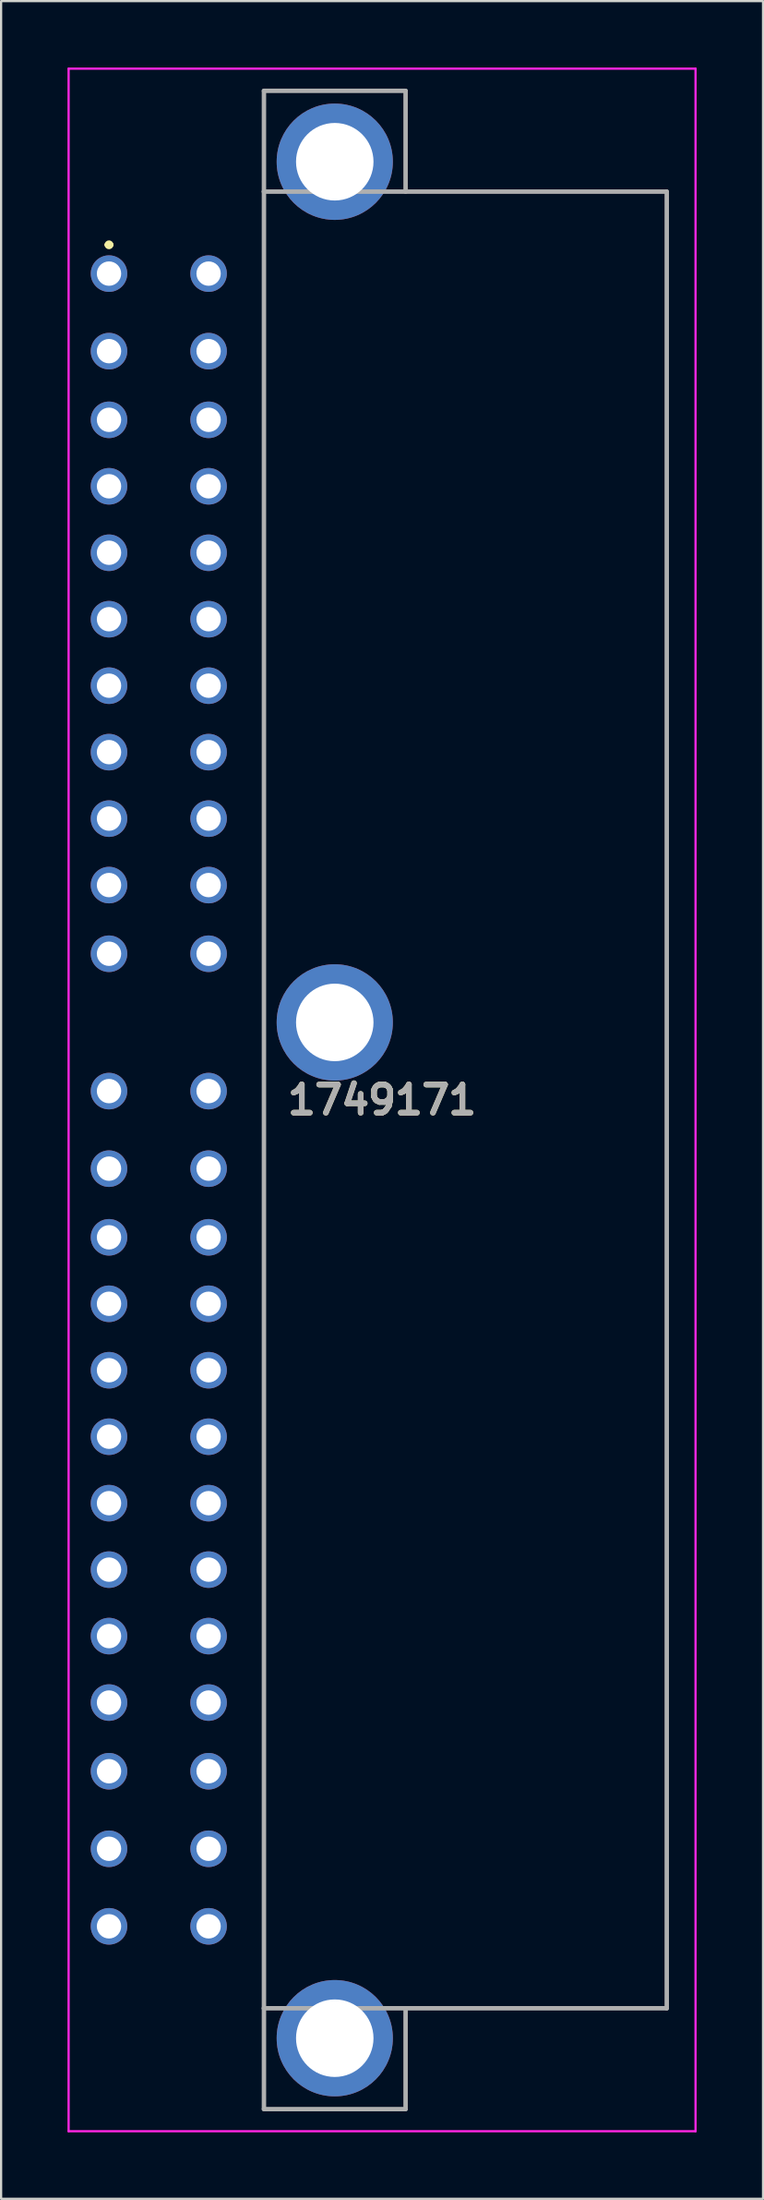
<source format=kicad_pcb>
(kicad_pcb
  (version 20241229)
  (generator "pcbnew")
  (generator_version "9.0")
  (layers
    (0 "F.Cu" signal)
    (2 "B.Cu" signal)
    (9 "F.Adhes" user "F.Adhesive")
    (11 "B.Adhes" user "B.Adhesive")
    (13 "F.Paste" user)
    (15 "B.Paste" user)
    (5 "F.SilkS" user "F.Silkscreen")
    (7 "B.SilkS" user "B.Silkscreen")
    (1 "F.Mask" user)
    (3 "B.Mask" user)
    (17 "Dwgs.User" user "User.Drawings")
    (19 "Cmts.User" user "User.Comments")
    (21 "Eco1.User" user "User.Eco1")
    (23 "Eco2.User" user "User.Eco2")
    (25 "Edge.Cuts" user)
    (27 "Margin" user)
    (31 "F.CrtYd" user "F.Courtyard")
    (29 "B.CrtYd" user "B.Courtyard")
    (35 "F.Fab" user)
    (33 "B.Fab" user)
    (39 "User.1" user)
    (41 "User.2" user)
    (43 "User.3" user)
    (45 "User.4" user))
  (footprint "1749171"
    (layer "F.Cu")
    (at 1.875 9.3)
    (property "Reference" "1749171" (at 12.338 37.3 0) (layer "F.SilkS") (effects (font (size 1.27 1.27) (thickness 0.254))))
    (attr through_hole)
    (fp_line (start -0.1 -1.3) (end -0.1 -1.3) (stroke (width 0.2) (type solid)) (layer "F.SilkS"))
    (fp_line (start 0.1 -1.3) (end 0.1 -1.3) (stroke (width 0.2) (type solid)) (layer "F.SilkS"))
    (fp_line (start 7 -8.25) (end 13.4 -8.25) (stroke (width 0.1) (type solid)) (layer "F.SilkS"))
    (fp_line (start 7 82.85) (end 7 -8.25) (stroke (width 0.1) (type solid)) (layer "F.SilkS"))
    (fp_line (start 13.4 -8.25) (end 13.4 -3.7) (stroke (width 0.1) (type solid)) (layer "F.SilkS"))
    (fp_line (start 13.4 -3.7) (end 25 -3.7) (stroke (width 0.1) (type solid)) (layer "F.SilkS"))
    (fp_line (start 13.4 78.3) (end 13.4 82.85) (stroke (width 0.1) (type solid)) (layer "F.SilkS"))
    (fp_line (start 13.4 82.85) (end 7 82.85) (stroke (width 0.1) (type solid)) (layer "F.SilkS"))
    (fp_line (start 25 -3.7) (end 25.2 -3.7) (stroke (width 0.1) (type solid)) (layer "F.SilkS"))
    (fp_line (start 25.2 -3.7) (end 25.2 78.3) (stroke (width 0.1) (type solid)) (layer "F.SilkS"))
    (fp_line (start 25.2 78.3) (end 13.4 78.3) (stroke (width 0.1) (type solid)) (layer "F.SilkS"))
    (fp_arc (start -0.1 -1.3) (mid 0 -1.4) (end 0.1 -1.3) (stroke (width 0.2) (type solid)) (layer "F.SilkS"))
    (fp_arc (start 0.1 -1.3) (mid 0 -1.2) (end -0.1 -1.3) (stroke (width 0.2) (type solid)) (layer "F.SilkS"))
    (fp_line (start -1.825 -9.25) (end -1.825 83.85) (stroke (width 0.1) (type solid)) (layer "F.CrtYd"))
    (fp_line (start -1.825 83.85) (end 26.5 83.85) (stroke (width 0.1) (type solid)) (layer "F.CrtYd"))
    (fp_line (start 26.5 -9.25) (end -1.825 -9.25) (stroke (width 0.1) (type solid)) (layer "F.CrtYd"))
    (fp_line (start 26.5 83.85) (end 26.5 -9.25) (stroke (width 0.1) (type solid)) (layer "F.CrtYd"))
    (fp_line (start 7 -8.25) (end 13.4 -8.25) (stroke (width 0.2) (type solid)) (layer "F.Fab"))
    (fp_line (start 7 -3.7) (end 7 -8.25) (stroke (width 0.2) (type solid)) (layer "F.Fab"))
    (fp_line (start 7 -3.7) (end 7 78.3) (stroke (width 0.2) (type solid)) (layer "F.Fab"))
    (fp_line (start 7 78.3) (end 7 82.85) (stroke (width 0.2) (type solid)) (layer "F.Fab"))
    (fp_line (start 7 78.3) (end 25.2 78.3) (stroke (width 0.2) (type solid)) (layer "F.Fab"))
    (fp_line (start 7 82.85) (end 13.4 82.85) (stroke (width 0.2) (type solid)) (layer "F.Fab"))
    (fp_line (start 13.4 -8.25) (end 13.4 -3.7) (stroke (width 0.2) (type solid)) (layer "F.Fab"))
    (fp_line (start 13.4 82.85) (end 13.4 78.3) (stroke (width 0.2) (type solid)) (layer "F.Fab"))
    (fp_line (start 25.2 -3.7) (end 7 -3.7) (stroke (width 0.2) (type solid)) (layer "F.Fab"))
    (fp_line (start 25.2 78.3) (end 25.2 -3.7) (stroke (width 0.2) (type solid)) (layer "F.Fab"))
    (fp_text user "${REFERENCE}" (at 12.338 37.3 0) (layer "F.Fab") (effects (font (size 1.27 1.27) (thickness 0.254))))
    (pad "1" thru_hole circle (at 0 0) (size 1.65 1.65) (drill 1.1) (layers "*.Cu" "*.Mask"))
    (pad "2" thru_hole circle (at 0 3.5) (size 1.65 1.65) (drill 1.1) (layers "*.Cu" "*.Mask"))
    (pad "3" thru_hole circle (at 0 6.6) (size 1.65 1.65) (drill 1.1) (layers "*.Cu" "*.Mask"))
    (pad "4" thru_hole circle (at 0 9.6) (size 1.65 1.65) (drill 1.1) (layers "*.Cu" "*.Mask"))
    (pad "5" thru_hole circle (at 0 12.6) (size 1.65 1.65) (drill 1.1) (layers "*.Cu" "*.Mask"))
    (pad "6" thru_hole circle (at 0 15.6) (size 1.65 1.65) (drill 1.1) (layers "*.Cu" "*.Mask"))
    (pad "7" thru_hole circle (at 0 18.6) (size 1.65 1.65) (drill 1.1) (layers "*.Cu" "*.Mask"))
    (pad "8" thru_hole circle (at 0 21.6) (size 1.65 1.65) (drill 1.1) (layers "*.Cu" "*.Mask"))
    (pad "9" thru_hole circle (at 0 24.6) (size 1.65 1.65) (drill 1.1) (layers "*.Cu" "*.Mask"))
    (pad "10" thru_hole circle (at 0 27.6) (size 1.65 1.65) (drill 1.1) (layers "*.Cu" "*.Mask"))
    (pad "11" thru_hole circle (at 0 30.7) (size 1.65 1.65) (drill 1.1) (layers "*.Cu" "*.Mask"))
    (pad "12" thru_hole circle (at 0 36.9) (size 1.65 1.65) (drill 1.1) (layers "*.Cu" "*.Mask"))
    (pad "13" thru_hole circle (at 0 40.4) (size 1.65 1.65) (drill 1.1) (layers "*.Cu" "*.Mask"))
    (pad "14" thru_hole circle (at 0 43.5) (size 1.65 1.65) (drill 1.1) (layers "*.Cu" "*.Mask"))
    (pad "15" thru_hole circle (at 0 46.5) (size 1.65 1.65) (drill 1.1) (layers "*.Cu" "*.Mask"))
    (pad "16" thru_hole circle (at 0 49.5) (size 1.65 1.65) (drill 1.1) (layers "*.Cu" "*.Mask"))
    (pad "17" thru_hole circle (at 0 52.5) (size 1.65 1.65) (drill 1.1) (layers "*.Cu" "*.Mask"))
    (pad "18" thru_hole circle (at 0 55.5) (size 1.65 1.65) (drill 1.1) (layers "*.Cu" "*.Mask"))
    (pad "19" thru_hole circle (at 0 58.5) (size 1.65 1.65) (drill 1.1) (layers "*.Cu" "*.Mask"))
    (pad "20" thru_hole circle (at 0 61.5) (size 1.65 1.65) (drill 1.1) (layers "*.Cu" "*.Mask"))
    (pad "21" thru_hole circle (at 0 64.5) (size 1.65 1.65) (drill 1.1) (layers "*.Cu" "*.Mask"))
    (pad "22" thru_hole circle (at 0 67.6) (size 1.65 1.65) (drill 1.1) (layers "*.Cu" "*.Mask"))
    (pad "23" thru_hole circle (at 0 71.1) (size 1.65 1.65) (drill 1.1) (layers "*.Cu" "*.Mask"))
    (pad "24" thru_hole circle (at 0 74.6) (size 1.65 1.65) (drill 1.1) (layers "*.Cu" "*.Mask"))
    (pad "25" thru_hole circle (at 4.5 0) (size 1.65 1.65) (drill 1.1) (layers "*.Cu" "*.Mask"))
    (pad "26" thru_hole circle (at 4.5 3.5) (size 1.65 1.65) (drill 1.1) (layers "*.Cu" "*.Mask"))
    (pad "27" thru_hole circle (at 4.5 6.6) (size 1.65 1.65) (drill 1.1) (layers "*.Cu" "*.Mask"))
    (pad "28" thru_hole circle (at 4.5 9.6) (size 1.65 1.65) (drill 1.1) (layers "*.Cu" "*.Mask"))
    (pad "29" thru_hole circle (at 4.5 12.6) (size 1.65 1.65) (drill 1.1) (layers "*.Cu" "*.Mask"))
    (pad "30" thru_hole circle (at 4.5 15.6) (size 1.65 1.65) (drill 1.1) (layers "*.Cu" "*.Mask"))
    (pad "31" thru_hole circle (at 4.5 18.6) (size 1.65 1.65) (drill 1.1) (layers "*.Cu" "*.Mask"))
    (pad "32" thru_hole circle (at 4.5 21.6) (size 1.65 1.65) (drill 1.1) (layers "*.Cu" "*.Mask"))
    (pad "33" thru_hole circle (at 4.5 24.6) (size 1.65 1.65) (drill 1.1) (layers "*.Cu" "*.Mask"))
    (pad "34" thru_hole circle (at 4.5 27.6) (size 1.65 1.65) (drill 1.1) (layers "*.Cu" "*.Mask"))
    (pad "35" thru_hole circle (at 4.5 30.7) (size 1.65 1.65) (drill 1.1) (layers "*.Cu" "*.Mask"))
    (pad "36" thru_hole circle (at 4.5 36.9) (size 1.65 1.65) (drill 1.1) (layers "*.Cu" "*.Mask"))
    (pad "37" thru_hole circle (at 4.5 40.4) (size 1.65 1.65) (drill 1.1) (layers "*.Cu" "*.Mask"))
    (pad "38" thru_hole circle (at 4.5 43.5) (size 1.65 1.65) (drill 1.1) (layers "*.Cu" "*.Mask"))
    (pad "39" thru_hole circle (at 4.5 46.5) (size 1.65 1.65) (drill 1.1) (layers "*.Cu" "*.Mask"))
    (pad "40" thru_hole circle (at 4.5 49.5) (size 1.65 1.65) (drill 1.1) (layers "*.Cu" "*.Mask"))
    (pad "41" thru_hole circle (at 4.5 52.5) (size 1.65 1.65) (drill 1.1) (layers "*.Cu" "*.Mask"))
    (pad "42" thru_hole circle (at 4.5 55.5) (size 1.65 1.65) (drill 1.1) (layers "*.Cu" "*.Mask"))
    (pad "43" thru_hole circle (at 4.5 58.5) (size 1.65 1.65) (drill 1.1) (layers "*.Cu" "*.Mask"))
    (pad "44" thru_hole circle (at 4.5 61.5) (size 1.65 1.65) (drill 1.1) (layers "*.Cu" "*.Mask"))
    (pad "45" thru_hole circle (at 4.5 64.5) (size 1.65 1.65) (drill 1.1) (layers "*.Cu" "*.Mask"))
    (pad "46" thru_hole circle (at 4.5 67.6) (size 1.65 1.65) (drill 1.1) (layers "*.Cu" "*.Mask"))
    (pad "47" thru_hole circle (at 4.5 71.1) (size 1.65 1.65) (drill 1.1) (layers "*.Cu" "*.Mask"))
    (pad "48" thru_hole circle (at 4.5 74.6) (size 1.65 1.65) (drill 1.1) (layers "*.Cu" "*.Mask"))
    (pad "MH1" thru_hole circle (at 10.2 79.65) (size 5.25 5.25) (drill 3.5) (layers "*.Cu" "*.Mask"))
    (pad "MH2" thru_hole circle (at 10.2 33.8) (size 5.25 5.25) (drill 3.5) (layers "*.Cu" "*.Mask"))
    (pad "MH3" thru_hole circle (at 10.2 -5.05) (size 5.25 5.25) (drill 3.5) (layers "*.Cu" "*.Mask")))
  (gr_rect
    (start -3 -3)
    (end 31.425 96.2)
    (stroke (width 0.1) (type default))
    (fill no)
    (layer "Edge.Cuts")))
</source>
